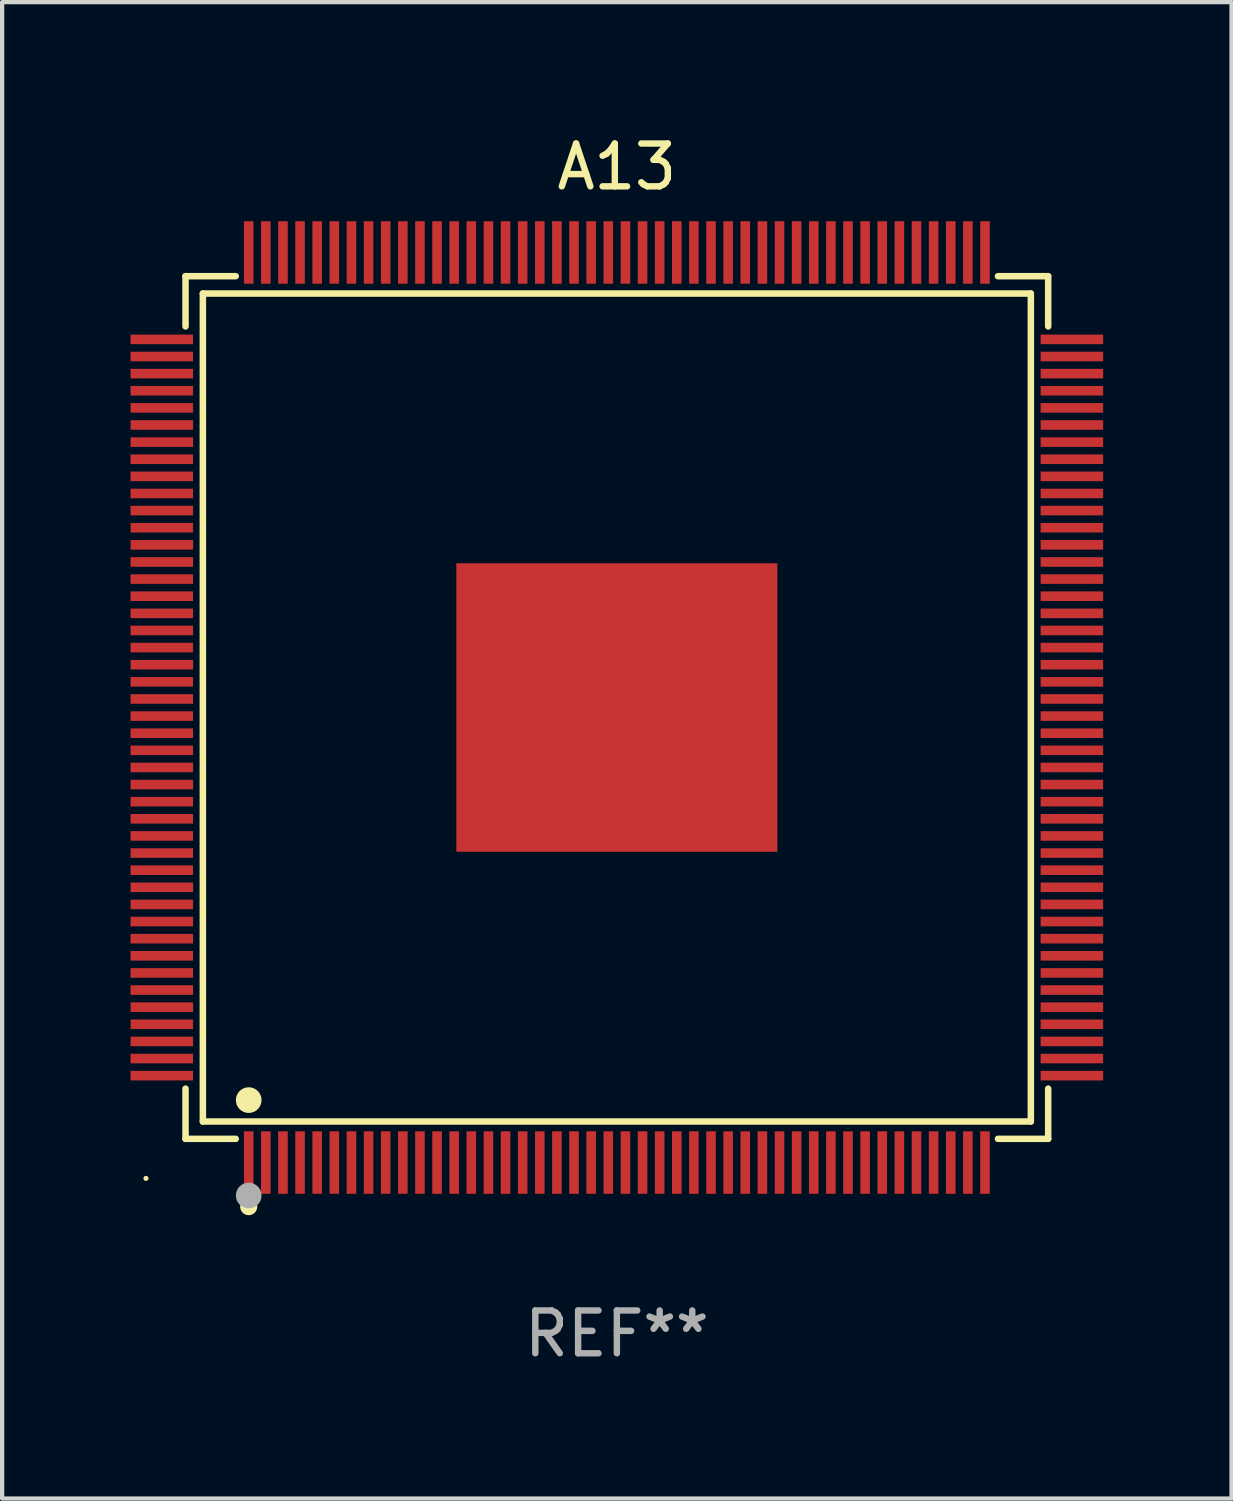
<source format=kicad_pcb>
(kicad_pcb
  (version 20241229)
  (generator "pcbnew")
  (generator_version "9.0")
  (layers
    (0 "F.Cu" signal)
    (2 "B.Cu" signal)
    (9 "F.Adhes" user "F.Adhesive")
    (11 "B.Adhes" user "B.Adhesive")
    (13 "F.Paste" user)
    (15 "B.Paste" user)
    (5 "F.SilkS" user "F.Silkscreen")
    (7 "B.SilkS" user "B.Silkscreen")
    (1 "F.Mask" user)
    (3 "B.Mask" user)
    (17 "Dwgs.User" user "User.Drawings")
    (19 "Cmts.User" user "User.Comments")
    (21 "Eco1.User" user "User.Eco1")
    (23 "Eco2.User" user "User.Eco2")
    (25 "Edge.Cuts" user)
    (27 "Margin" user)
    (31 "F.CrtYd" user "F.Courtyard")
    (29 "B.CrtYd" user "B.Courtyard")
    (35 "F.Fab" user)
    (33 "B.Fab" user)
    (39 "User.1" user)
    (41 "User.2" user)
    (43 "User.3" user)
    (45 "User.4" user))
  (footprint "A13"
    (layer "F.Cu")
    (at 11.36 13.478)
    (property "Reference" "A13" (at 0 -12.63 0) (layer "F.SilkS") (effects (font (size 1 1) (thickness 0.15))))
    (attr through_hole)
    (fp_line (start -10.076 -10.076) (end -8.903 -10.076) (stroke (width 0.152) (type solid)) (layer "F.SilkS"))
    (fp_line (start -10.076 -8.903) (end -10.076 -10.076) (stroke (width 0.152) (type solid)) (layer "F.SilkS"))
    (fp_line (start -10.076 8.903) (end -10.076 10.076) (stroke (width 0.152) (type solid)) (layer "F.SilkS"))
    (fp_line (start -10.076 10.076) (end -8.903 10.076) (stroke (width 0.152) (type solid)) (layer "F.SilkS"))
    (fp_line (start -9.671 -9.671) (end 9.671 -9.671) (stroke (width 0.152) (type solid)) (layer "F.SilkS"))
    (fp_line (start -9.671 9.671) (end -9.671 -9.671) (stroke (width 0.152) (type solid)) (layer "F.SilkS"))
    (fp_line (start 9.671 -9.671) (end 9.671 9.671) (stroke (width 0.152) (type solid)) (layer "F.SilkS"))
    (fp_line (start 9.671 9.671) (end -9.671 9.671) (stroke (width 0.152) (type solid)) (layer "F.SilkS"))
    (fp_line (start 10.076 -10.076) (end 8.903 -10.076) (stroke (width 0.152) (type solid)) (layer "F.SilkS"))
    (fp_line (start 10.076 -8.903) (end 10.076 -10.076) (stroke (width 0.152) (type solid)) (layer "F.SilkS"))
    (fp_line (start 10.076 8.903) (end 10.076 10.076) (stroke (width 0.152) (type solid)) (layer "F.SilkS"))
    (fp_line (start 10.076 10.076) (end 8.903 10.076) (stroke (width 0.152) (type solid)) (layer "F.SilkS"))
    (fp_circle (center -11 11) (end -10.97 11) (stroke (width 0.06) (type solid)) (fill no) (layer "F.SilkS"))
    (fp_circle (center -8.6 9.171) (end -8.45 9.171) (stroke (width 0.3) (type solid)) (fill no) (layer "F.SilkS"))
    (fp_circle (center -8.6 11.66) (end -8.5 11.66) (stroke (width 0.2) (type solid)) (fill no) (layer "F.SilkS"))
    (fp_circle (center -8.6 11.4) (end -8.45 11.4) (stroke (width 0.3) (type solid)) (fill no) (layer "F.Fab"))
    (fp_text user "REF**" (at 0 14.63 0) (layer "F.Fab") (effects (font (size 1 1) (thickness 0.15))))
    (pad "1" smd rect (at -8.6 10.63) (size 0.224 1.46) (layers "F.Cu" "F.Mask" "F.Paste"))
    (pad "2" smd rect (at -8.2 10.63) (size 0.224 1.46) (layers "F.Cu" "F.Mask" "F.Paste"))
    (pad "3" smd rect (at -7.8 10.63) (size 0.224 1.46) (layers "F.Cu" "F.Mask" "F.Paste"))
    (pad "4" smd rect (at -7.4 10.63) (size 0.224 1.46) (layers "F.Cu" "F.Mask" "F.Paste"))
    (pad "5" smd rect (at -7 10.63) (size 0.224 1.46) (layers "F.Cu" "F.Mask" "F.Paste"))
    (pad "6" smd rect (at -6.6 10.63) (size 0.224 1.46) (layers "F.Cu" "F.Mask" "F.Paste"))
    (pad "7" smd rect (at -6.2 10.63) (size 0.224 1.46) (layers "F.Cu" "F.Mask" "F.Paste"))
    (pad "8" smd rect (at -5.8 10.63) (size 0.224 1.46) (layers "F.Cu" "F.Mask" "F.Paste"))
    (pad "9" smd rect (at -5.4 10.63) (size 0.224 1.46) (layers "F.Cu" "F.Mask" "F.Paste"))
    (pad "10" smd rect (at -5 10.63) (size 0.224 1.46) (layers "F.Cu" "F.Mask" "F.Paste"))
    (pad "11" smd rect (at -4.6 10.63) (size 0.224 1.46) (layers "F.Cu" "F.Mask" "F.Paste"))
    (pad "12" smd rect (at -4.2 10.63) (size 0.224 1.46) (layers "F.Cu" "F.Mask" "F.Paste"))
    (pad "13" smd rect (at -3.8 10.63) (size 0.224 1.46) (layers "F.Cu" "F.Mask" "F.Paste"))
    (pad "14" smd rect (at -3.4 10.63) (size 0.224 1.46) (layers "F.Cu" "F.Mask" "F.Paste"))
    (pad "15" smd rect (at -3 10.63) (size 0.224 1.46) (layers "F.Cu" "F.Mask" "F.Paste"))
    (pad "16" smd rect (at -2.6 10.63) (size 0.224 1.46) (layers "F.Cu" "F.Mask" "F.Paste"))
    (pad "17" smd rect (at -2.2 10.63) (size 0.224 1.46) (layers "F.Cu" "F.Mask" "F.Paste"))
    (pad "18" smd rect (at -1.8 10.63) (size 0.224 1.46) (layers "F.Cu" "F.Mask" "F.Paste"))
    (pad "19" smd rect (at -1.4 10.63) (size 0.224 1.46) (layers "F.Cu" "F.Mask" "F.Paste"))
    (pad "20" smd rect (at -1 10.63) (size 0.224 1.46) (layers "F.Cu" "F.Mask" "F.Paste"))
    (pad "21" smd rect (at -0.6 10.63) (size 0.224 1.46) (layers "F.Cu" "F.Mask" "F.Paste"))
    (pad "22" smd rect (at -0.2 10.63) (size 0.224 1.46) (layers "F.Cu" "F.Mask" "F.Paste"))
    (pad "23" smd rect (at 0.2 10.63) (size 0.224 1.46) (layers "F.Cu" "F.Mask" "F.Paste"))
    (pad "24" smd rect (at 0.6 10.63) (size 0.224 1.46) (layers "F.Cu" "F.Mask" "F.Paste"))
    (pad "25" smd rect (at 1 10.63) (size 0.224 1.46) (layers "F.Cu" "F.Mask" "F.Paste"))
    (pad "26" smd rect (at 1.4 10.63) (size 0.224 1.46) (layers "F.Cu" "F.Mask" "F.Paste"))
    (pad "27" smd rect (at 1.8 10.63) (size 0.224 1.46) (layers "F.Cu" "F.Mask" "F.Paste"))
    (pad "28" smd rect (at 2.2 10.63) (size 0.224 1.46) (layers "F.Cu" "F.Mask" "F.Paste"))
    (pad "29" smd rect (at 2.6 10.63) (size 0.224 1.46) (layers "F.Cu" "F.Mask" "F.Paste"))
    (pad "30" smd rect (at 3 10.63) (size 0.224 1.46) (layers "F.Cu" "F.Mask" "F.Paste"))
    (pad "31" smd rect (at 3.4 10.63) (size 0.224 1.46) (layers "F.Cu" "F.Mask" "F.Paste"))
    (pad "32" smd rect (at 3.8 10.63) (size 0.224 1.46) (layers "F.Cu" "F.Mask" "F.Paste"))
    (pad "33" smd rect (at 4.2 10.63) (size 0.224 1.46) (layers "F.Cu" "F.Mask" "F.Paste"))
    (pad "34" smd rect (at 4.6 10.63) (size 0.224 1.46) (layers "F.Cu" "F.Mask" "F.Paste"))
    (pad "35" smd rect (at 5 10.63) (size 0.224 1.46) (layers "F.Cu" "F.Mask" "F.Paste"))
    (pad "36" smd rect (at 5.4 10.63) (size 0.224 1.46) (layers "F.Cu" "F.Mask" "F.Paste"))
    (pad "37" smd rect (at 5.8 10.63) (size 0.224 1.46) (layers "F.Cu" "F.Mask" "F.Paste"))
    (pad "38" smd rect (at 6.2 10.63) (size 0.224 1.46) (layers "F.Cu" "F.Mask" "F.Paste"))
    (pad "39" smd rect (at 6.6 10.63) (size 0.224 1.46) (layers "F.Cu" "F.Mask" "F.Paste"))
    (pad "40" smd rect (at 7 10.63) (size 0.224 1.46) (layers "F.Cu" "F.Mask" "F.Paste"))
    (pad "41" smd rect (at 7.4 10.63) (size 0.224 1.46) (layers "F.Cu" "F.Mask" "F.Paste"))
    (pad "42" smd rect (at 7.8 10.63) (size 0.224 1.46) (layers "F.Cu" "F.Mask" "F.Paste"))
    (pad "43" smd rect (at 8.2 10.63) (size 0.224 1.46) (layers "F.Cu" "F.Mask" "F.Paste"))
    (pad "44" smd rect (at 8.6 10.63) (size 0.224 1.46) (layers "F.Cu" "F.Mask" "F.Paste"))
    (pad "45" smd rect (at 10.63 8.6) (size 1.46 0.224) (layers "F.Cu" "F.Mask" "F.Paste"))
    (pad "46" smd rect (at 10.63 8.2) (size 1.46 0.224) (layers "F.Cu" "F.Mask" "F.Paste"))
    (pad "47" smd rect (at 10.63 7.8) (size 1.46 0.224) (layers "F.Cu" "F.Mask" "F.Paste"))
    (pad "48" smd rect (at 10.63 7.4) (size 1.46 0.224) (layers "F.Cu" "F.Mask" "F.Paste"))
    (pad "49" smd rect (at 10.63 7) (size 1.46 0.224) (layers "F.Cu" "F.Mask" "F.Paste"))
    (pad "50" smd rect (at 10.63 6.6) (size 1.46 0.224) (layers "F.Cu" "F.Mask" "F.Paste"))
    (pad "51" smd rect (at 10.63 6.2) (size 1.46 0.224) (layers "F.Cu" "F.Mask" "F.Paste"))
    (pad "52" smd rect (at 10.63 5.8) (size 1.46 0.224) (layers "F.Cu" "F.Mask" "F.Paste"))
    (pad "53" smd rect (at 10.63 5.4) (size 1.46 0.224) (layers "F.Cu" "F.Mask" "F.Paste"))
    (pad "54" smd rect (at 10.63 5) (size 1.46 0.224) (layers "F.Cu" "F.Mask" "F.Paste"))
    (pad "55" smd rect (at 10.63 4.6) (size 1.46 0.224) (layers "F.Cu" "F.Mask" "F.Paste"))
    (pad "56" smd rect (at 10.63 4.2) (size 1.46 0.224) (layers "F.Cu" "F.Mask" "F.Paste"))
    (pad "57" smd rect (at 10.63 3.8) (size 1.46 0.224) (layers "F.Cu" "F.Mask" "F.Paste"))
    (pad "58" smd rect (at 10.63 3.4) (size 1.46 0.224) (layers "F.Cu" "F.Mask" "F.Paste"))
    (pad "59" smd rect (at 10.63 3) (size 1.46 0.224) (layers "F.Cu" "F.Mask" "F.Paste"))
    (pad "60" smd rect (at 10.63 2.6) (size 1.46 0.224) (layers "F.Cu" "F.Mask" "F.Paste"))
    (pad "61" smd rect (at 10.63 2.2) (size 1.46 0.224) (layers "F.Cu" "F.Mask" "F.Paste"))
    (pad "62" smd rect (at 10.63 1.8) (size 1.46 0.224) (layers "F.Cu" "F.Mask" "F.Paste"))
    (pad "63" smd rect (at 10.63 1.4) (size 1.46 0.224) (layers "F.Cu" "F.Mask" "F.Paste"))
    (pad "64" smd rect (at 10.63 1) (size 1.46 0.224) (layers "F.Cu" "F.Mask" "F.Paste"))
    (pad "65" smd rect (at 10.63 0.6) (size 1.46 0.224) (layers "F.Cu" "F.Mask" "F.Paste"))
    (pad "66" smd rect (at 10.63 0.2) (size 1.46 0.224) (layers "F.Cu" "F.Mask" "F.Paste"))
    (pad "67" smd rect (at 10.63 -0.2) (size 1.46 0.224) (layers "F.Cu" "F.Mask" "F.Paste"))
    (pad "68" smd rect (at 10.63 -0.6) (size 1.46 0.224) (layers "F.Cu" "F.Mask" "F.Paste"))
    (pad "69" smd rect (at 10.63 -1) (size 1.46 0.224) (layers "F.Cu" "F.Mask" "F.Paste"))
    (pad "70" smd rect (at 10.63 -1.4) (size 1.46 0.224) (layers "F.Cu" "F.Mask" "F.Paste"))
    (pad "71" smd rect (at 10.63 -1.8) (size 1.46 0.224) (layers "F.Cu" "F.Mask" "F.Paste"))
    (pad "72" smd rect (at 10.63 -2.2) (size 1.46 0.224) (layers "F.Cu" "F.Mask" "F.Paste"))
    (pad "73" smd rect (at 10.63 -2.6) (size 1.46 0.224) (layers "F.Cu" "F.Mask" "F.Paste"))
    (pad "74" smd rect (at 10.63 -3) (size 1.46 0.224) (layers "F.Cu" "F.Mask" "F.Paste"))
    (pad "75" smd rect (at 10.63 -3.4) (size 1.46 0.224) (layers "F.Cu" "F.Mask" "F.Paste"))
    (pad "76" smd rect (at 10.63 -3.8) (size 1.46 0.224) (layers "F.Cu" "F.Mask" "F.Paste"))
    (pad "77" smd rect (at 10.63 -4.2) (size 1.46 0.224) (layers "F.Cu" "F.Mask" "F.Paste"))
    (pad "78" smd rect (at 10.63 -4.6) (size 1.46 0.224) (layers "F.Cu" "F.Mask" "F.Paste"))
    (pad "79" smd rect (at 10.63 -5) (size 1.46 0.224) (layers "F.Cu" "F.Mask" "F.Paste"))
    (pad "80" smd rect (at 10.63 -5.4) (size 1.46 0.224) (layers "F.Cu" "F.Mask" "F.Paste"))
    (pad "81" smd rect (at 10.63 -5.8) (size 1.46 0.224) (layers "F.Cu" "F.Mask" "F.Paste"))
    (pad "82" smd rect (at 10.63 -6.2) (size 1.46 0.224) (layers "F.Cu" "F.Mask" "F.Paste"))
    (pad "83" smd rect (at 10.63 -6.6) (size 1.46 0.224) (layers "F.Cu" "F.Mask" "F.Paste"))
    (pad "84" smd rect (at 10.63 -7) (size 1.46 0.224) (layers "F.Cu" "F.Mask" "F.Paste"))
    (pad "85" smd rect (at 10.63 -7.4) (size 1.46 0.224) (layers "F.Cu" "F.Mask" "F.Paste"))
    (pad "86" smd rect (at 10.63 -7.8) (size 1.46 0.224) (layers "F.Cu" "F.Mask" "F.Paste"))
    (pad "87" smd rect (at 10.63 -8.2) (size 1.46 0.224) (layers "F.Cu" "F.Mask" "F.Paste"))
    (pad "88" smd rect (at 10.63 -8.6) (size 1.46 0.224) (layers "F.Cu" "F.Mask" "F.Paste"))
    (pad "89" smd rect (at 8.6 -10.63) (size 0.224 1.46) (layers "F.Cu" "F.Mask" "F.Paste"))
    (pad "90" smd rect (at 8.2 -10.63) (size 0.224 1.46) (layers "F.Cu" "F.Mask" "F.Paste"))
    (pad "91" smd rect (at 7.8 -10.63) (size 0.224 1.46) (layers "F.Cu" "F.Mask" "F.Paste"))
    (pad "92" smd rect (at 7.4 -10.63) (size 0.224 1.46) (layers "F.Cu" "F.Mask" "F.Paste"))
    (pad "93" smd rect (at 7 -10.63) (size 0.224 1.46) (layers "F.Cu" "F.Mask" "F.Paste"))
    (pad "94" smd rect (at 6.6 -10.63) (size 0.224 1.46) (layers "F.Cu" "F.Mask" "F.Paste"))
    (pad "95" smd rect (at 6.2 -10.63) (size 0.224 1.46) (layers "F.Cu" "F.Mask" "F.Paste"))
    (pad "96" smd rect (at 5.8 -10.63) (size 0.224 1.46) (layers "F.Cu" "F.Mask" "F.Paste"))
    (pad "97" smd rect (at 5.4 -10.63) (size 0.224 1.46) (layers "F.Cu" "F.Mask" "F.Paste"))
    (pad "98" smd rect (at 5 -10.63) (size 0.224 1.46) (layers "F.Cu" "F.Mask" "F.Paste"))
    (pad "99" smd rect (at 4.6 -10.63) (size 0.224 1.46) (layers "F.Cu" "F.Mask" "F.Paste"))
    (pad "100" smd rect (at 4.2 -10.63) (size 0.224 1.46) (layers "F.Cu" "F.Mask" "F.Paste"))
    (pad "101" smd rect (at 3.8 -10.63) (size 0.224 1.46) (layers "F.Cu" "F.Mask" "F.Paste"))
    (pad "102" smd rect (at 3.4 -10.63) (size 0.224 1.46) (layers "F.Cu" "F.Mask" "F.Paste"))
    (pad "103" smd rect (at 3 -10.63) (size 0.224 1.46) (layers "F.Cu" "F.Mask" "F.Paste"))
    (pad "104" smd rect (at 2.6 -10.63) (size 0.224 1.46) (layers "F.Cu" "F.Mask" "F.Paste"))
    (pad "105" smd rect (at 2.2 -10.63) (size 0.224 1.46) (layers "F.Cu" "F.Mask" "F.Paste"))
    (pad "106" smd rect (at 1.8 -10.63) (size 0.224 1.46) (layers "F.Cu" "F.Mask" "F.Paste"))
    (pad "107" smd rect (at 1.4 -10.63) (size 0.224 1.46) (layers "F.Cu" "F.Mask" "F.Paste"))
    (pad "108" smd rect (at 1 -10.63) (size 0.224 1.46) (layers "F.Cu" "F.Mask" "F.Paste"))
    (pad "109" smd rect (at 0.6 -10.63) (size 0.224 1.46) (layers "F.Cu" "F.Mask" "F.Paste"))
    (pad "110" smd rect (at 0.2 -10.63) (size 0.224 1.46) (layers "F.Cu" "F.Mask" "F.Paste"))
    (pad "111" smd rect (at -0.2 -10.63) (size 0.224 1.46) (layers "F.Cu" "F.Mask" "F.Paste"))
    (pad "112" smd rect (at -0.6 -10.63) (size 0.224 1.46) (layers "F.Cu" "F.Mask" "F.Paste"))
    (pad "113" smd rect (at -1 -10.63) (size 0.224 1.46) (layers "F.Cu" "F.Mask" "F.Paste"))
    (pad "114" smd rect (at -1.4 -10.63) (size 0.224 1.46) (layers "F.Cu" "F.Mask" "F.Paste"))
    (pad "115" smd rect (at -1.8 -10.63) (size 0.224 1.46) (layers "F.Cu" "F.Mask" "F.Paste"))
    (pad "116" smd rect (at -2.2 -10.63) (size 0.224 1.46) (layers "F.Cu" "F.Mask" "F.Paste"))
    (pad "117" smd rect (at -2.6 -10.63) (size 0.224 1.46) (layers "F.Cu" "F.Mask" "F.Paste"))
    (pad "118" smd rect (at -3 -10.63) (size 0.224 1.46) (layers "F.Cu" "F.Mask" "F.Paste"))
    (pad "119" smd rect (at -3.4 -10.63) (size 0.224 1.46) (layers "F.Cu" "F.Mask" "F.Paste"))
    (pad "120" smd rect (at -3.8 -10.63) (size 0.224 1.46) (layers "F.Cu" "F.Mask" "F.Paste"))
    (pad "121" smd rect (at -4.2 -10.63) (size 0.224 1.46) (layers "F.Cu" "F.Mask" "F.Paste"))
    (pad "122" smd rect (at -4.6 -10.63) (size 0.224 1.46) (layers "F.Cu" "F.Mask" "F.Paste"))
    (pad "123" smd rect (at -5 -10.63) (size 0.224 1.46) (layers "F.Cu" "F.Mask" "F.Paste"))
    (pad "124" smd rect (at -5.4 -10.63) (size 0.224 1.46) (layers "F.Cu" "F.Mask" "F.Paste"))
    (pad "125" smd rect (at -5.8 -10.63) (size 0.224 1.46) (layers "F.Cu" "F.Mask" "F.Paste"))
    (pad "126" smd rect (at -6.2 -10.63) (size 0.224 1.46) (layers "F.Cu" "F.Mask" "F.Paste"))
    (pad "127" smd rect (at -6.6 -10.63) (size 0.224 1.46) (layers "F.Cu" "F.Mask" "F.Paste"))
    (pad "128" smd rect (at -7 -10.63) (size 0.224 1.46) (layers "F.Cu" "F.Mask" "F.Paste"))
    (pad "129" smd rect (at -7.4 -10.63) (size 0.224 1.46) (layers "F.Cu" "F.Mask" "F.Paste"))
    (pad "130" smd rect (at -7.8 -10.63) (size 0.224 1.46) (layers "F.Cu" "F.Mask" "F.Paste"))
    (pad "131" smd rect (at -8.2 -10.63) (size 0.224 1.46) (layers "F.Cu" "F.Mask" "F.Paste"))
    (pad "132" smd rect (at -8.6 -10.63) (size 0.224 1.46) (layers "F.Cu" "F.Mask" "F.Paste"))
    (pad "133" smd rect (at -10.63 -8.6) (size 1.46 0.224) (layers "F.Cu" "F.Mask" "F.Paste"))
    (pad "134" smd rect (at -10.63 -8.2) (size 1.46 0.224) (layers "F.Cu" "F.Mask" "F.Paste"))
    (pad "135" smd rect (at -10.63 -7.8) (size 1.46 0.224) (layers "F.Cu" "F.Mask" "F.Paste"))
    (pad "136" smd rect (at -10.63 -7.4) (size 1.46 0.224) (layers "F.Cu" "F.Mask" "F.Paste"))
    (pad "137" smd rect (at -10.63 -7) (size 1.46 0.224) (layers "F.Cu" "F.Mask" "F.Paste"))
    (pad "138" smd rect (at -10.63 -6.6) (size 1.46 0.224) (layers "F.Cu" "F.Mask" "F.Paste"))
    (pad "139" smd rect (at -10.63 -6.2) (size 1.46 0.224) (layers "F.Cu" "F.Mask" "F.Paste"))
    (pad "140" smd rect (at -10.63 -5.8) (size 1.46 0.224) (layers "F.Cu" "F.Mask" "F.Paste"))
    (pad "141" smd rect (at -10.63 -5.4) (size 1.46 0.224) (layers "F.Cu" "F.Mask" "F.Paste"))
    (pad "142" smd rect (at -10.63 -5) (size 1.46 0.224) (layers "F.Cu" "F.Mask" "F.Paste"))
    (pad "143" smd rect (at -10.63 -4.6) (size 1.46 0.224) (layers "F.Cu" "F.Mask" "F.Paste"))
    (pad "144" smd rect (at -10.63 -4.2) (size 1.46 0.224) (layers "F.Cu" "F.Mask" "F.Paste"))
    (pad "145" smd rect (at -10.63 -3.8) (size 1.46 0.224) (layers "F.Cu" "F.Mask" "F.Paste"))
    (pad "146" smd rect (at -10.63 -3.4) (size 1.46 0.224) (layers "F.Cu" "F.Mask" "F.Paste"))
    (pad "147" smd rect (at -10.63 -3) (size 1.46 0.224) (layers "F.Cu" "F.Mask" "F.Paste"))
    (pad "148" smd rect (at -10.63 -2.6) (size 1.46 0.224) (layers "F.Cu" "F.Mask" "F.Paste"))
    (pad "149" smd rect (at -10.63 -2.2) (size 1.46 0.224) (layers "F.Cu" "F.Mask" "F.Paste"))
    (pad "150" smd rect (at -10.63 -1.8) (size 1.46 0.224) (layers "F.Cu" "F.Mask" "F.Paste"))
    (pad "151" smd rect (at -10.63 -1.4) (size 1.46 0.224) (layers "F.Cu" "F.Mask" "F.Paste"))
    (pad "152" smd rect (at -10.63 -1) (size 1.46 0.224) (layers "F.Cu" "F.Mask" "F.Paste"))
    (pad "153" smd rect (at -10.63 -0.6) (size 1.46 0.224) (layers "F.Cu" "F.Mask" "F.Paste"))
    (pad "154" smd rect (at -10.63 -0.2) (size 1.46 0.224) (layers "F.Cu" "F.Mask" "F.Paste"))
    (pad "155" smd rect (at -10.63 0.2) (size 1.46 0.224) (layers "F.Cu" "F.Mask" "F.Paste"))
    (pad "156" smd rect (at -10.63 0.6) (size 1.46 0.224) (layers "F.Cu" "F.Mask" "F.Paste"))
    (pad "157" smd rect (at -10.63 1) (size 1.46 0.224) (layers "F.Cu" "F.Mask" "F.Paste"))
    (pad "158" smd rect (at -10.63 1.4) (size 1.46 0.224) (layers "F.Cu" "F.Mask" "F.Paste"))
    (pad "159" smd rect (at -10.63 1.8) (size 1.46 0.224) (layers "F.Cu" "F.Mask" "F.Paste"))
    (pad "160" smd rect (at -10.63 2.2) (size 1.46 0.224) (layers "F.Cu" "F.Mask" "F.Paste"))
    (pad "161" smd rect (at -10.63 2.6) (size 1.46 0.224) (layers "F.Cu" "F.Mask" "F.Paste"))
    (pad "162" smd rect (at -10.63 3) (size 1.46 0.224) (layers "F.Cu" "F.Mask" "F.Paste"))
    (pad "163" smd rect (at -10.63 3.4) (size 1.46 0.224) (layers "F.Cu" "F.Mask" "F.Paste"))
    (pad "164" smd rect (at -10.63 3.8) (size 1.46 0.224) (layers "F.Cu" "F.Mask" "F.Paste"))
    (pad "165" smd rect (at -10.63 4.2) (size 1.46 0.224) (layers "F.Cu" "F.Mask" "F.Paste"))
    (pad "166" smd rect (at -10.63 4.6) (size 1.46 0.224) (layers "F.Cu" "F.Mask" "F.Paste"))
    (pad "167" smd rect (at -10.63 5) (size 1.46 0.224) (layers "F.Cu" "F.Mask" "F.Paste"))
    (pad "168" smd rect (at -10.63 5.4) (size 1.46 0.224) (layers "F.Cu" "F.Mask" "F.Paste"))
    (pad "169" smd rect (at -10.63 5.8) (size 1.46 0.224) (layers "F.Cu" "F.Mask" "F.Paste"))
    (pad "170" smd rect (at -10.63 6.2) (size 1.46 0.224) (layers "F.Cu" "F.Mask" "F.Paste"))
    (pad "171" smd rect (at -10.63 6.6) (size 1.46 0.224) (layers "F.Cu" "F.Mask" "F.Paste"))
    (pad "172" smd rect (at -10.63 7) (size 1.46 0.224) (layers "F.Cu" "F.Mask" "F.Paste"))
    (pad "173" smd rect (at -10.63 7.4) (size 1.46 0.224) (layers "F.Cu" "F.Mask" "F.Paste"))
    (pad "174" smd rect (at -10.63 7.8) (size 1.46 0.224) (layers "F.Cu" "F.Mask" "F.Paste"))
    (pad "175" smd rect (at -10.63 8.2) (size 1.46 0.224) (layers "F.Cu" "F.Mask" "F.Paste"))
    (pad "176" smd rect (at -10.63 8.6) (size 1.46 0.224) (layers "F.Cu" "F.Mask" "F.Paste"))
    (pad "177" smd rect (at 0 0) (size 7.5 6.74) (layers "F.Cu" "F.Mask" "F.Paste")))
  (gr_rect
    (start -3 -3)
    (end 25.72 31.956)
    (stroke (width 0.1) (type default))
    (fill no)
    (layer "Edge.Cuts")))
</source>
